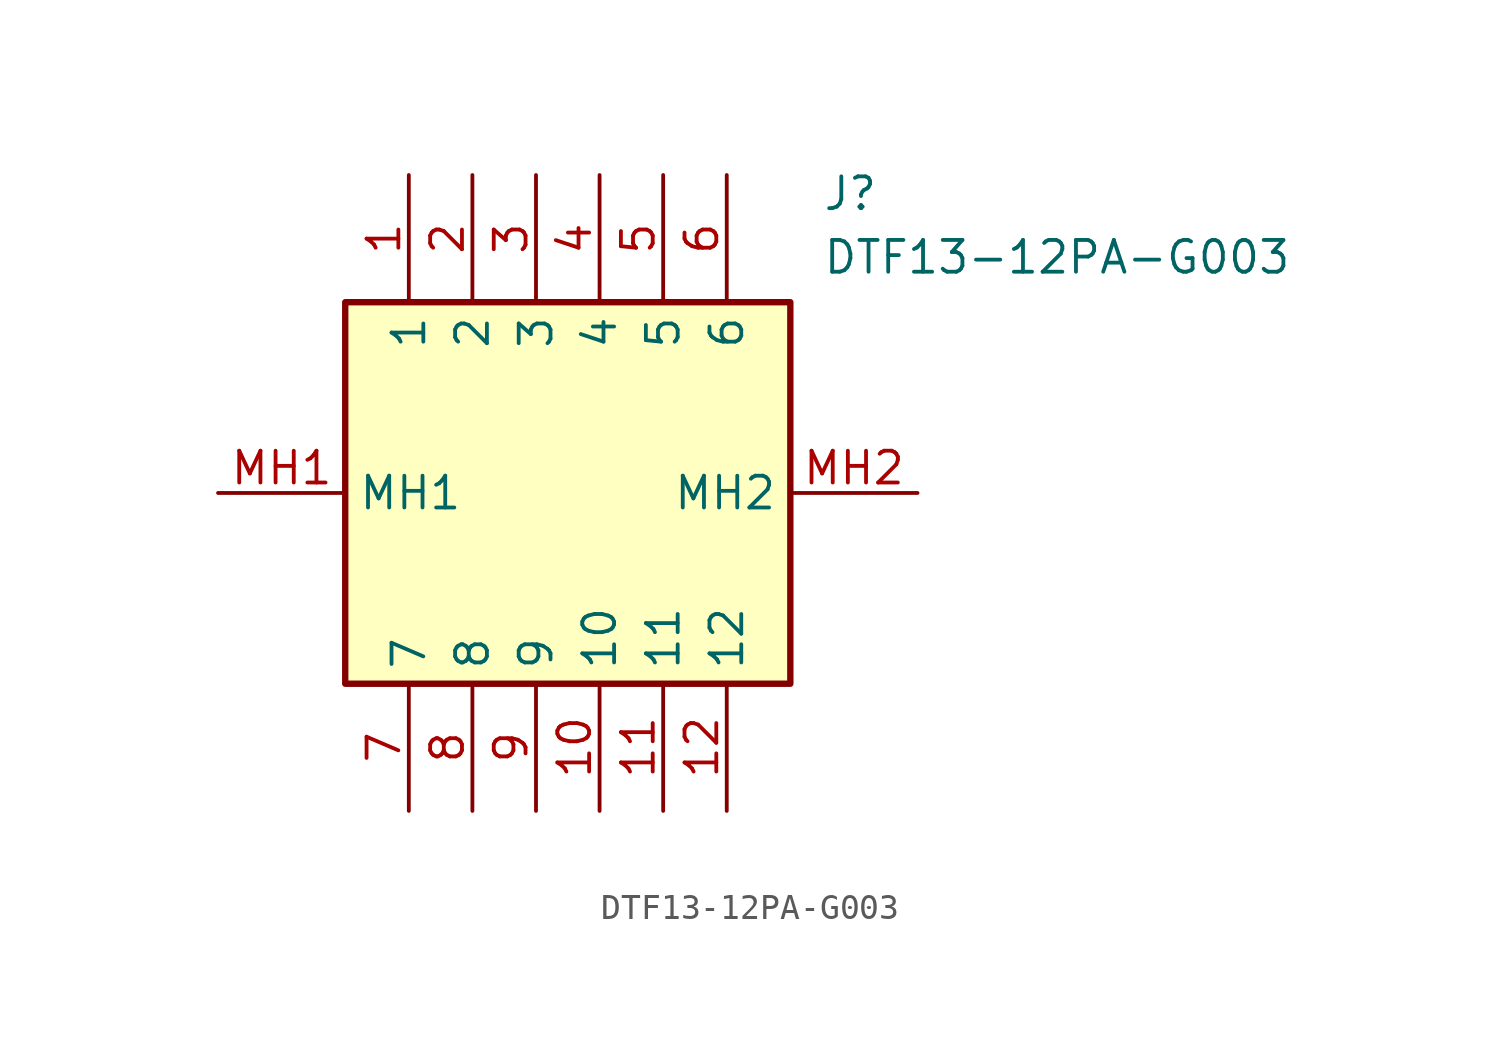
<source format=kicad_sym>
(kicad_symbol_lib
  (version 20211014)
  (generator SamacSys_ECAD_Model)
  (symbol "DTF13-12PA-G003"
    (property "Reference" "J"
      (at 24.13 12.7 0)
      (effects (font (size 1.27 1.27)) (justify left top)))
    (property "Value" "DTF13-12PA-G003"
      (at 24.13 10.16 0)
      (effects (font (size 1.27 1.27)) (justify left top)))
    (rectangle
      (start 5.08 7.62)
      (end 22.86 -7.62)
      (stroke (width 0.254) (type default))
      (fill (type background)))
    (pin passive line
      (at 7.62 12.7 270)
      (length 5.08)
      (name "1" (effects (font (size 1.27 1.27))))
      (number "1" (effects (font (size 1.27 1.27)))))
    (pin passive line
      (at 10.16 12.7 270)
      (length 5.08)
      (name "2" (effects (font (size 1.27 1.27))))
      (number "2" (effects (font (size 1.27 1.27)))))
    (pin passive line
      (at 12.7 12.7 270)
      (length 5.08)
      (name "3" (effects (font (size 1.27 1.27))))
      (number "3" (effects (font (size 1.27 1.27)))))
    (pin passive line
      (at 15.24 12.7 270)
      (length 5.08)
      (name "4" (effects (font (size 1.27 1.27))))
      (number "4" (effects (font (size 1.27 1.27)))))
    (pin passive line
      (at 17.78 12.7 270)
      (length 5.08)
      (name "5" (effects (font (size 1.27 1.27))))
      (number "5" (effects (font (size 1.27 1.27)))))
    (pin passive line
      (at 20.32 12.7 270)
      (length 5.08)
      (name "6" (effects (font (size 1.27 1.27))))
      (number "6" (effects (font (size 1.27 1.27)))))
    (pin passive line
      (at 7.62 -12.7 90)
      (length 5.08)
      (name "7" (effects (font (size 1.27 1.27))))
      (number "7" (effects (font (size 1.27 1.27)))))
    (pin passive line
      (at 10.16 -12.7 90)
      (length 5.08)
      (name "8" (effects (font (size 1.27 1.27))))
      (number "8" (effects (font (size 1.27 1.27)))))
    (pin passive line
      (at 12.7 -12.7 90)
      (length 5.08)
      (name "9" (effects (font (size 1.27 1.27))))
      (number "9" (effects (font (size 1.27 1.27)))))
    (pin passive line
      (at 15.24 -12.7 90)
      (length 5.08)
      (name "10" (effects (font (size 1.27 1.27))))
      (number "10" (effects (font (size 1.27 1.27)))))
    (pin passive line
      (at 17.78 -12.7 90)
      (length 5.08)
      (name "11" (effects (font (size 1.27 1.27))))
      (number "11" (effects (font (size 1.27 1.27)))))
    (pin passive line
      (at 20.32 -12.7 90)
      (length 5.08)
      (name "12" (effects (font (size 1.27 1.27))))
      (number "12" (effects (font (size 1.27 1.27)))))
    (pin passive line
      (at 0 0 0)
      (length 5.08)
      (name "MH1" (effects (font (size 1.27 1.27))))
      (number "MH1" (effects (font (size 1.27 1.27)))))
    (pin passive line
      (at 27.94 0 180)
      (length 5.08)
      (name "MH2" (effects (font (size 1.27 1.27))))
      (number "MH2" (effects (font (size 1.27 1.27)))))))
</source>
